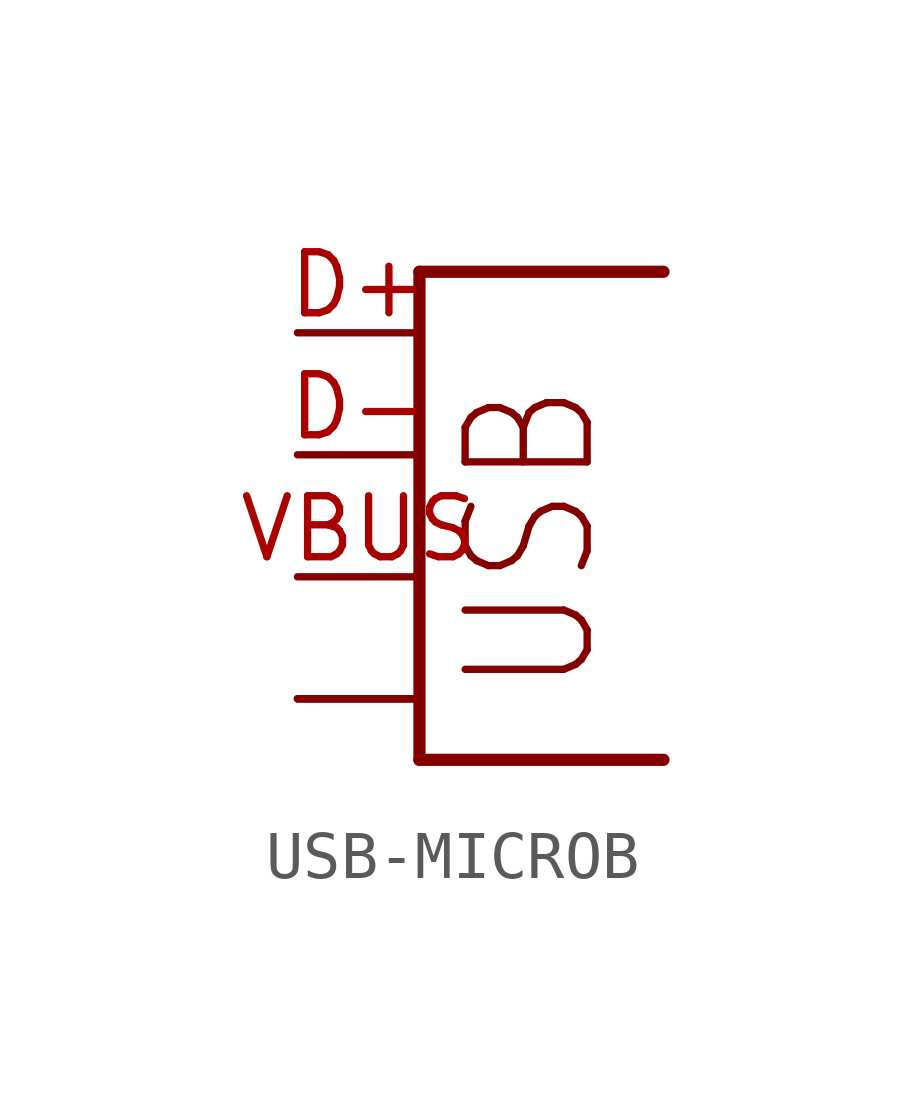
<source format=kicad_sym>
(kicad_symbol_lib
  (version 20231120)
  (generator "kicad_symbol_editor")
  (generator_version "8.0")
  (symbol "USB-MICROB"
    (property "Reference" "JP"
      (at 0 0 0)
      (effects (font (size 1.27 1.27)) (hide yes)))
    (property "ki_locked" ""
      (at 0 0 0)
      (effects (font (size 1.27 1.27))))
    (symbol "USB-MICROB_1_0"
      (polyline (pts (xy 0 -1.27) (xy 5.08 -1.27)) (stroke (width 0.254) (type solid)) (fill (type none)))
      (polyline (pts (xy 0 8.89) (xy 0 -1.27)) (stroke (width 0.254) (type solid)) (fill (type none)))
      (polyline (pts (xy 5.08 8.89) (xy 0 8.89)) (stroke (width 0.254) (type solid)) (fill (type none)))
      (text "USB" (at 3.81 0 900) (effects (font (size 2.54 2.159)) (justify left bottom)))
      (pin bidirectional line (at -2.54 7.62 0) (length 2.54) (name "D+" (effects (font (size 0 0)))) (number "D+" (effects (font (size 1.27 1.27)))))
      (pin bidirectional line (at -2.54 5.08 0) (length 2.54) (name "D-" (effects (font (size 0 0)))) (number "D-" (effects (font (size 1.27 1.27)))))
      (pin bidirectional line (at -2.54 0 0) (length 2.54) (name "GND" (effects (font (size 0 0)))) (number "GND" (effects (font (size 0 0)))))
      (pin bidirectional line (at -2.54 0 0) (length 2.54) (name "GND" (effects (font (size 0 0)))) (number "MT1" (effects (font (size 0 0)))))
      (pin bidirectional line (at -2.54 0 0) (length 2.54) (name "GND" (effects (font (size 0 0)))) (number "MT2" (effects (font (size 0 0)))))
      (pin bidirectional line (at -2.54 2.54 0) (length 2.54) (name "VBUS" (effects (font (size 0 0)))) (number "VBUS" (effects (font (size 1.27 1.27))))))))
</source>
